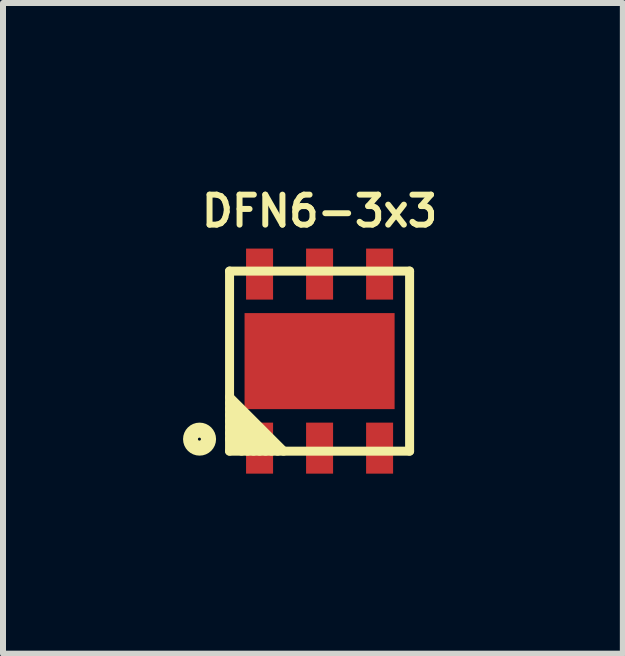
<source format=kicad_pcb>
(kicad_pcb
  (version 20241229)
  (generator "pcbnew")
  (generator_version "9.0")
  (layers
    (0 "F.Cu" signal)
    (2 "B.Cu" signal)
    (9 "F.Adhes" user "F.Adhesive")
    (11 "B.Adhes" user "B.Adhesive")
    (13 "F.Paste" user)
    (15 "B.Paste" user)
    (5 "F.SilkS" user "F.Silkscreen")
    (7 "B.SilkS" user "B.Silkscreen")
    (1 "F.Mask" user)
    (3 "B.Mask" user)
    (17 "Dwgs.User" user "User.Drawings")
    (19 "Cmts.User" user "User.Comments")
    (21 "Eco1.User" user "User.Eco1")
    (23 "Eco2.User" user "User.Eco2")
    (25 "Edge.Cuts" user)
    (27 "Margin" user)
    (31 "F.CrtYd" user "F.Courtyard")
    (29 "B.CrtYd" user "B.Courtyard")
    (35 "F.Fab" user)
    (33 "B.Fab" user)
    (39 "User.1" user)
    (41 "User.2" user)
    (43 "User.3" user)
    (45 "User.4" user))
  (footprint "DFN6-3x3"
    (layer "F.Cu")
    (at 2.275 2.967)
    (property "Reference" "DFN6-3x3" (at 0 -2.5 0) (layer "F.SilkS") (effects (font (size 0.5 0.5) (thickness 0.099))))
    (attr through_hole)
    (fp_line (start -1.5 -1.5) (end 1.5 -1.5) (stroke (width 0.15) (type solid)) (layer "F.SilkS"))
    (fp_line (start -1.5 0.6) (end -0.6 1.5) (stroke (width 0.15) (type solid)) (layer "F.SilkS"))
    (fp_line (start -1.5 0.8) (end -0.8 1.5) (stroke (width 0.15) (type solid)) (layer "F.SilkS"))
    (fp_line (start -1.5 0.9) (end -0.9 1.5) (stroke (width 0.15) (type solid)) (layer "F.SilkS"))
    (fp_line (start -1.5 1.2) (end -1.2 1.5) (stroke (width 0.15) (type solid)) (layer "F.SilkS"))
    (fp_line (start -1.5 1.3) (end -1.3 1.5) (stroke (width 0.15) (type solid)) (layer "F.SilkS"))
    (fp_line (start -1.5 1.5) (end -1.5 -1.5) (stroke (width 0.15) (type solid)) (layer "F.SilkS"))
    (fp_line (start -1.5 1.5) (end 1.5 1.5) (stroke (width 0.15) (type solid)) (layer "F.SilkS"))
    (fp_line (start -1.1 1.5) (end -1.5 1.1) (stroke (width 0.15) (type solid)) (layer "F.SilkS"))
    (fp_line (start -1 1.5) (end -1.5 1) (stroke (width 0.15) (type solid)) (layer "F.SilkS"))
    (fp_line (start -0.7 1.5) (end -1.5 0.7) (stroke (width 0.15) (type solid)) (layer "F.SilkS"))
    (fp_line (start 1.5 -1.5) (end 1.5 1.5) (stroke (width 0.15) (type solid)) (layer "F.SilkS"))
    (fp_circle (center -2.002 1.3) (end -2.002 1.4) (stroke (width 0.15) (type solid)) (fill no) (layer "F.SilkS"))
    (fp_circle (center -2 1.3) (end -2.2 1.3) (stroke (width 0.15) (type solid)) (fill no) (layer "F.SilkS"))
    (pad "1" smd rect (at -1 1.45) (size 0.45 0.85) (layers "F.Cu" "F.Mask" "F.Paste"))
    (pad "2" smd rect (at 0 1.45) (size 0.45 0.85) (layers "F.Cu" "F.Mask" "F.Paste"))
    (pad "3" smd rect (at 1 1.45) (size 0.45 0.85) (layers "F.Cu" "F.Mask" "F.Paste"))
    (pad "4" smd rect (at 1 -1.45) (size 0.45 0.85) (layers "F.Cu" "F.Mask" "F.Paste"))
    (pad "5" smd rect (at 0 -1.45) (size 0.45 0.85) (layers "F.Cu" "F.Mask" "F.Paste"))
    (pad "6" smd rect (at -1 -1.45) (size 0.45 0.85) (layers "F.Cu" "F.Mask" "F.Paste"))
    (pad "7" smd rect (at 0 0) (size 2.5 1.6) (layers "F.Cu" "F.Mask" "F.Paste")))
  (gr_rect
    (start -3 -3)
    (end 7.328 7.842)
    (stroke (width 0.1) (type default))
    (fill no)
    (layer "Edge.Cuts")))
</source>
